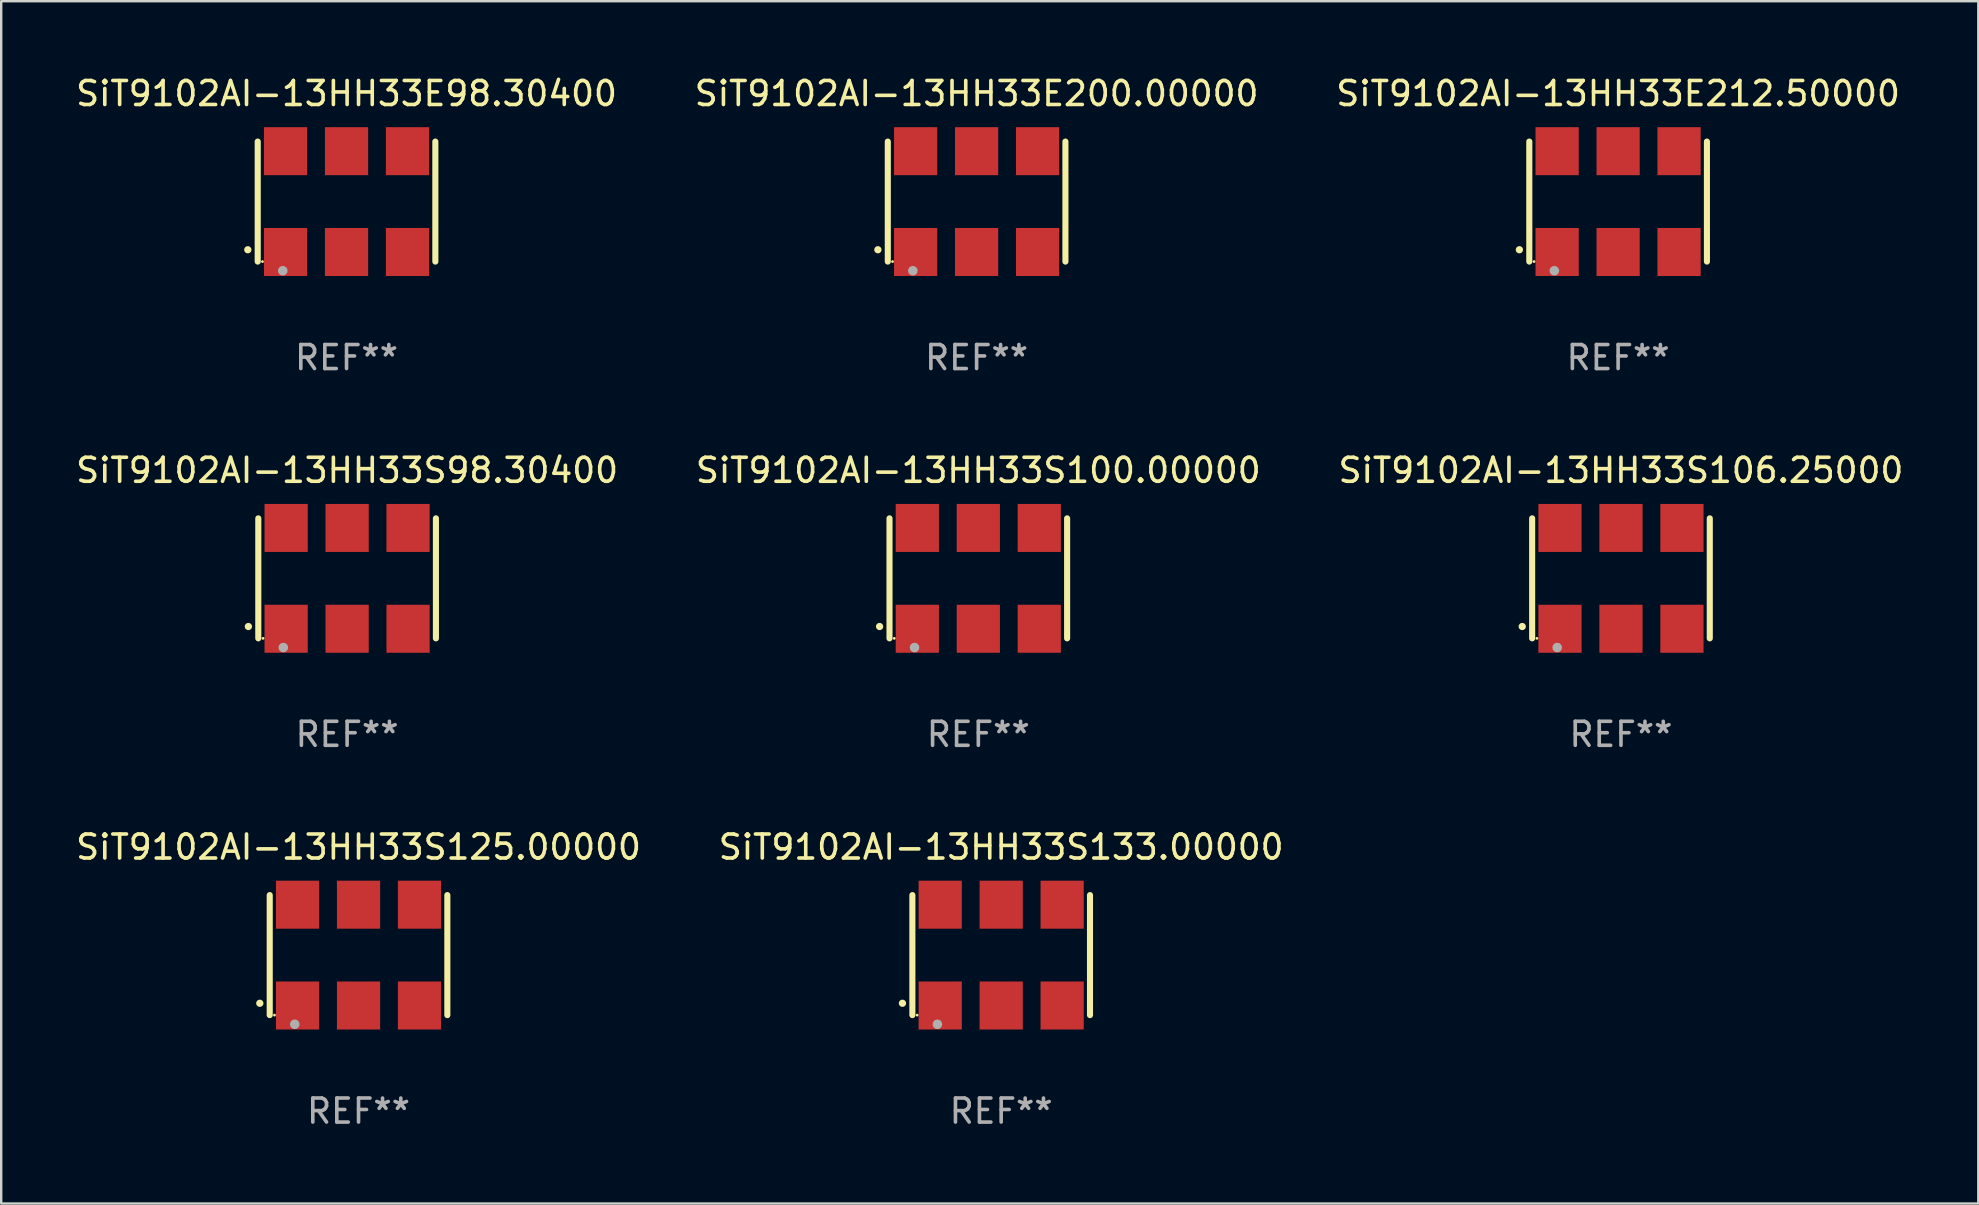
<source format=kicad_pcb>
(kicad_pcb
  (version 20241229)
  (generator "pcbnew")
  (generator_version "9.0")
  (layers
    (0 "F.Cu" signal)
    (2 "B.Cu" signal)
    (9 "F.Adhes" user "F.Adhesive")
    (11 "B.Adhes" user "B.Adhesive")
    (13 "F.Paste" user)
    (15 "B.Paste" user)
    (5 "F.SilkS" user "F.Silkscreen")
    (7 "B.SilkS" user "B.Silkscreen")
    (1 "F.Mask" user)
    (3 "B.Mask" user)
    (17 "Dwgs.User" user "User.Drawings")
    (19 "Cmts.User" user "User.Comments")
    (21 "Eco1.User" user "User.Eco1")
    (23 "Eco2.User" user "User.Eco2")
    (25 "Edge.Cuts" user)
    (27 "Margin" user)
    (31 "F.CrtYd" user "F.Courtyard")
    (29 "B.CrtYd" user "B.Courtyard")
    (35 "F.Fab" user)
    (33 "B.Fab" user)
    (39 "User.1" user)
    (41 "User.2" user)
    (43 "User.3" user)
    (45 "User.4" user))
  (footprint "SiT9102AI-13HH33S100.00000"
    (layer "F.Cu")
    (at 37.708 21.045)
    (property "Reference" "SiT9102AI-13HH33S100.00000" (at 0 -4.5 0) (layer "F.SilkS") (effects (font (size 1 1) (thickness 0.15))))
    (attr through_hole)
    (fp_line (start -3.7 -2.5) (end -3.7 2.5) (stroke (width 0.254) (type solid)) (layer "F.SilkS"))
    (fp_line (start 3.7 -2.5) (end 3.7 2.5) (stroke (width 0.254) (type solid)) (layer "F.SilkS"))
    (fp_arc (start -4.114415 2.006604) (mid -4.113145 2.006599) (end -4.111875 2.006604) (stroke (width 0.3) (type solid)) (layer "F.SilkS"))
    (fp_circle (center -3.502 2.5) (end -3.472 2.5) (stroke (width 0.06) (type solid)) (fill no) (layer "F.SilkS"))
    (fp_circle (center -2.657 2.882) (end -2.557 2.882) (stroke (width 0.2) (type solid)) (fill no) (layer "F.Fab"))
    (fp_text user "REF**" (at 0 6.5 0) (layer "F.Fab") (effects (font (size 1 1) (thickness 0.15))))
    (pad "1" smd rect (at -2.54 2.1) (size 1.8 2) (layers "F.Cu" "F.Mask" "F.Paste"))
    (pad "2" smd rect (at 0.000394 2.1) (size 1.8 2) (layers "F.Cu" "F.Mask" "F.Paste"))
    (pad "3" smd rect (at 2.54 2.1) (size 1.8 2) (layers "F.Cu" "F.Mask" "F.Paste"))
    (pad "4" smd rect (at 2.54 -2.1) (size 1.8 2) (layers "F.Cu" "F.Mask" "F.Paste"))
    (pad "5" smd rect (at 0.000394 -2.1) (size 1.8 2) (layers "F.Cu" "F.Mask" "F.Paste"))
    (pad "6" smd rect (at -2.54 -2.1) (size 1.8 2) (layers "F.Cu" "F.Mask" "F.Paste")))
  (footprint "SiT9102AI-13HH33S133.00000"
    (layer "F.Cu")
    (at 38.661 36.741)
    (property "Reference" "SiT9102AI-13HH33S133.00000" (at 0 -4.5 0) (layer "F.SilkS") (effects (font (size 1 1) (thickness 0.15))))
    (attr through_hole)
    (fp_line (start -3.7 -2.5) (end -3.7 2.5) (stroke (width 0.254) (type solid)) (layer "F.SilkS"))
    (fp_line (start 3.7 -2.5) (end 3.7 2.5) (stroke (width 0.254) (type solid)) (layer "F.SilkS"))
    (fp_arc (start -4.114415 2.006604) (mid -4.113145 2.006599) (end -4.111875 2.006604) (stroke (width 0.3) (type solid)) (layer "F.SilkS"))
    (fp_circle (center -3.502 2.5) (end -3.472 2.5) (stroke (width 0.06) (type solid)) (fill no) (layer "F.SilkS"))
    (fp_circle (center -2.657 2.882) (end -2.557 2.882) (stroke (width 0.2) (type solid)) (fill no) (layer "F.Fab"))
    (fp_text user "REF**" (at 0 6.5 0) (layer "F.Fab") (effects (font (size 1 1) (thickness 0.15))))
    (pad "1" smd rect (at -2.54 2.1) (size 1.8 2) (layers "F.Cu" "F.Mask" "F.Paste"))
    (pad "2" smd rect (at 0.000394 2.1) (size 1.8 2) (layers "F.Cu" "F.Mask" "F.Paste"))
    (pad "3" smd rect (at 2.54 2.1) (size 1.8 2) (layers "F.Cu" "F.Mask" "F.Paste"))
    (pad "4" smd rect (at 2.54 -2.1) (size 1.8 2) (layers "F.Cu" "F.Mask" "F.Paste"))
    (pad "5" smd rect (at 0.000394 -2.1) (size 1.8 2) (layers "F.Cu" "F.Mask" "F.Paste"))
    (pad "6" smd rect (at -2.54 -2.1) (size 1.8 2) (layers "F.Cu" "F.Mask" "F.Paste")))
  (footprint "SiT9102AI-13HH33S106.25000"
    (layer "F.Cu")
    (at 64.482 21.045)
    (property "Reference" "SiT9102AI-13HH33S106.25000" (at 0 -4.5 0) (layer "F.SilkS") (effects (font (size 1 1) (thickness 0.15))))
    (attr through_hole)
    (fp_line (start -3.7 -2.5) (end -3.7 2.5) (stroke (width 0.254) (type solid)) (layer "F.SilkS"))
    (fp_line (start 3.7 -2.5) (end 3.7 2.5) (stroke (width 0.254) (type solid)) (layer "F.SilkS"))
    (fp_arc (start -4.114415 2.006604) (mid -4.113145 2.006599) (end -4.111875 2.006604) (stroke (width 0.3) (type solid)) (layer "F.SilkS"))
    (fp_circle (center -3.502 2.5) (end -3.472 2.5) (stroke (width 0.06) (type solid)) (fill no) (layer "F.SilkS"))
    (fp_circle (center -2.657 2.882) (end -2.557 2.882) (stroke (width 0.2) (type solid)) (fill no) (layer "F.Fab"))
    (fp_text user "REF**" (at 0 6.5 0) (layer "F.Fab") (effects (font (size 1 1) (thickness 0.15))))
    (pad "1" smd rect (at -2.54 2.1) (size 1.8 2) (layers "F.Cu" "F.Mask" "F.Paste"))
    (pad "2" smd rect (at 0.000394 2.1) (size 1.8 2) (layers "F.Cu" "F.Mask" "F.Paste"))
    (pad "3" smd rect (at 2.54 2.1) (size 1.8 2) (layers "F.Cu" "F.Mask" "F.Paste"))
    (pad "4" smd rect (at 2.54 -2.1) (size 1.8 2) (layers "F.Cu" "F.Mask" "F.Paste"))
    (pad "5" smd rect (at 0.000394 -2.1) (size 1.8 2) (layers "F.Cu" "F.Mask" "F.Paste"))
    (pad "6" smd rect (at -2.54 -2.1) (size 1.8 2) (layers "F.Cu" "F.Mask" "F.Paste")))
  (footprint "SiT9102AI-13HH33E212.50000"
    (layer "F.Cu")
    (at 64.363 5.348)
    (property "Reference" "SiT9102AI-13HH33E212.50000" (at 0 -4.5 0) (layer "F.SilkS") (effects (font (size 1 1) (thickness 0.15))))
    (attr through_hole)
    (fp_line (start -3.7 -2.5) (end -3.7 2.5) (stroke (width 0.254) (type solid)) (layer "F.SilkS"))
    (fp_line (start 3.7 -2.5) (end 3.7 2.5) (stroke (width 0.254) (type solid)) (layer "F.SilkS"))
    (fp_arc (start -4.114415 2.006604) (mid -4.113145 2.006599) (end -4.111875 2.006604) (stroke (width 0.3) (type solid)) (layer "F.SilkS"))
    (fp_circle (center -3.502 2.5) (end -3.472 2.5) (stroke (width 0.06) (type solid)) (fill no) (layer "F.SilkS"))
    (fp_circle (center -2.657 2.882) (end -2.557 2.882) (stroke (width 0.2) (type solid)) (fill no) (layer "F.Fab"))
    (fp_text user "REF**" (at 0 6.5 0) (layer "F.Fab") (effects (font (size 1 1) (thickness 0.15))))
    (pad "1" smd rect (at -2.54 2.1) (size 1.8 2) (layers "F.Cu" "F.Mask" "F.Paste"))
    (pad "2" smd rect (at 0.000394 2.1) (size 1.8 2) (layers "F.Cu" "F.Mask" "F.Paste"))
    (pad "3" smd rect (at 2.54 2.1) (size 1.8 2) (layers "F.Cu" "F.Mask" "F.Paste"))
    (pad "4" smd rect (at 2.54 -2.1) (size 1.8 2) (layers "F.Cu" "F.Mask" "F.Paste"))
    (pad "5" smd rect (at 0.000394 -2.1) (size 1.8 2) (layers "F.Cu" "F.Mask" "F.Paste"))
    (pad "6" smd rect (at -2.54 -2.1) (size 1.8 2) (layers "F.Cu" "F.Mask" "F.Paste")))
  (footprint "SiT9102AI-13HH33S125.00000"
    (layer "F.Cu")
    (at 11.887 36.741)
    (property "Reference" "SiT9102AI-13HH33S125.00000" (at 0 -4.5 0) (layer "F.SilkS") (effects (font (size 1 1) (thickness 0.15))))
    (attr through_hole)
    (fp_line (start -3.7 -2.5) (end -3.7 2.5) (stroke (width 0.254) (type solid)) (layer "F.SilkS"))
    (fp_line (start 3.7 -2.5) (end 3.7 2.5) (stroke (width 0.254) (type solid)) (layer "F.SilkS"))
    (fp_arc (start -4.114415 2.006604) (mid -4.113145 2.006599) (end -4.111875 2.006604) (stroke (width 0.3) (type solid)) (layer "F.SilkS"))
    (fp_circle (center -3.502 2.5) (end -3.472 2.5) (stroke (width 0.06) (type solid)) (fill no) (layer "F.SilkS"))
    (fp_circle (center -2.657 2.882) (end -2.557 2.882) (stroke (width 0.2) (type solid)) (fill no) (layer "F.Fab"))
    (fp_text user "REF**" (at 0 6.5 0) (layer "F.Fab") (effects (font (size 1 1) (thickness 0.15))))
    (pad "1" smd rect (at -2.54 2.1) (size 1.8 2) (layers "F.Cu" "F.Mask" "F.Paste"))
    (pad "2" smd rect (at 0.000394 2.1) (size 1.8 2) (layers "F.Cu" "F.Mask" "F.Paste"))
    (pad "3" smd rect (at 2.54 2.1) (size 1.8 2) (layers "F.Cu" "F.Mask" "F.Paste"))
    (pad "4" smd rect (at 2.54 -2.1) (size 1.8 2) (layers "F.Cu" "F.Mask" "F.Paste"))
    (pad "5" smd rect (at 0.000394 -2.1) (size 1.8 2) (layers "F.Cu" "F.Mask" "F.Paste"))
    (pad "6" smd rect (at -2.54 -2.1) (size 1.8 2) (layers "F.Cu" "F.Mask" "F.Paste")))
  (footprint "SiT9102AI-13HH33S98.30400"
    (layer "F.Cu")
    (at 11.411 21.045)
    (property "Reference" "SiT9102AI-13HH33S98.30400" (at 0 -4.5 0) (layer "F.SilkS") (effects (font (size 1 1) (thickness 0.15))))
    (attr through_hole)
    (fp_line (start -3.7 -2.5) (end -3.7 2.5) (stroke (width 0.254) (type solid)) (layer "F.SilkS"))
    (fp_line (start 3.7 -2.5) (end 3.7 2.5) (stroke (width 0.254) (type solid)) (layer "F.SilkS"))
    (fp_arc (start -4.114415 2.006604) (mid -4.113145 2.006599) (end -4.111875 2.006604) (stroke (width 0.3) (type solid)) (layer "F.SilkS"))
    (fp_circle (center -3.502 2.5) (end -3.472 2.5) (stroke (width 0.06) (type solid)) (fill no) (layer "F.SilkS"))
    (fp_circle (center -2.657 2.882) (end -2.557 2.882) (stroke (width 0.2) (type solid)) (fill no) (layer "F.Fab"))
    (fp_text user "REF**" (at 0 6.5 0) (layer "F.Fab") (effects (font (size 1 1) (thickness 0.15))))
    (pad "1" smd rect (at -2.54 2.1) (size 1.8 2) (layers "F.Cu" "F.Mask" "F.Paste"))
    (pad "2" smd rect (at 0.000394 2.1) (size 1.8 2) (layers "F.Cu" "F.Mask" "F.Paste"))
    (pad "3" smd rect (at 2.54 2.1) (size 1.8 2) (layers "F.Cu" "F.Mask" "F.Paste"))
    (pad "4" smd rect (at 2.54 -2.1) (size 1.8 2) (layers "F.Cu" "F.Mask" "F.Paste"))
    (pad "5" smd rect (at 0.000394 -2.1) (size 1.8 2) (layers "F.Cu" "F.Mask" "F.Paste"))
    (pad "6" smd rect (at -2.54 -2.1) (size 1.8 2) (layers "F.Cu" "F.Mask" "F.Paste")))
  (footprint "SiT9102AI-13HH33E200.00000"
    (layer "F.Cu")
    (at 37.637 5.348)
    (property "Reference" "SiT9102AI-13HH33E200.00000" (at 0 -4.5 0) (layer "F.SilkS") (effects (font (size 1 1) (thickness 0.15))))
    (attr through_hole)
    (fp_line (start -3.7 -2.5) (end -3.7 2.5) (stroke (width 0.254) (type solid)) (layer "F.SilkS"))
    (fp_line (start 3.7 -2.5) (end 3.7 2.5) (stroke (width 0.254) (type solid)) (layer "F.SilkS"))
    (fp_arc (start -4.114415 2.006604) (mid -4.113145 2.006599) (end -4.111875 2.006604) (stroke (width 0.3) (type solid)) (layer "F.SilkS"))
    (fp_circle (center -3.502 2.5) (end -3.472 2.5) (stroke (width 0.06) (type solid)) (fill no) (layer "F.SilkS"))
    (fp_circle (center -2.657 2.882) (end -2.557 2.882) (stroke (width 0.2) (type solid)) (fill no) (layer "F.Fab"))
    (fp_text user "REF**" (at 0 6.5 0) (layer "F.Fab") (effects (font (size 1 1) (thickness 0.15))))
    (pad "1" smd rect (at -2.54 2.1) (size 1.8 2) (layers "F.Cu" "F.Mask" "F.Paste"))
    (pad "2" smd rect (at 0.000394 2.1) (size 1.8 2) (layers "F.Cu" "F.Mask" "F.Paste"))
    (pad "3" smd rect (at 2.54 2.1) (size 1.8 2) (layers "F.Cu" "F.Mask" "F.Paste"))
    (pad "4" smd rect (at 2.54 -2.1) (size 1.8 2) (layers "F.Cu" "F.Mask" "F.Paste"))
    (pad "5" smd rect (at 0.000394 -2.1) (size 1.8 2) (layers "F.Cu" "F.Mask" "F.Paste"))
    (pad "6" smd rect (at -2.54 -2.1) (size 1.8 2) (layers "F.Cu" "F.Mask" "F.Paste")))
  (footprint "SiT9102AI-13HH33E98.30400"
    (layer "F.Cu")
    (at 11.387 5.348)
    (property "Reference" "SiT9102AI-13HH33E98.30400" (at 0 -4.5 0) (layer "F.SilkS") (effects (font (size 1 1) (thickness 0.15))))
    (attr through_hole)
    (fp_line (start -3.7 -2.5) (end -3.7 2.5) (stroke (width 0.254) (type solid)) (layer "F.SilkS"))
    (fp_line (start 3.7 -2.5) (end 3.7 2.5) (stroke (width 0.254) (type solid)) (layer "F.SilkS"))
    (fp_arc (start -4.114415 2.006604) (mid -4.113145 2.006599) (end -4.111875 2.006604) (stroke (width 0.3) (type solid)) (layer "F.SilkS"))
    (fp_circle (center -3.502 2.5) (end -3.472 2.5) (stroke (width 0.06) (type solid)) (fill no) (layer "F.SilkS"))
    (fp_circle (center -2.657 2.882) (end -2.557 2.882) (stroke (width 0.2) (type solid)) (fill no) (layer "F.Fab"))
    (fp_text user "REF**" (at 0 6.5 0) (layer "F.Fab") (effects (font (size 1 1) (thickness 0.15))))
    (pad "1" smd rect (at -2.54 2.1) (size 1.8 2) (layers "F.Cu" "F.Mask" "F.Paste"))
    (pad "2" smd rect (at 0.000394 2.1) (size 1.8 2) (layers "F.Cu" "F.Mask" "F.Paste"))
    (pad "3" smd rect (at 2.54 2.1) (size 1.8 2) (layers "F.Cu" "F.Mask" "F.Paste"))
    (pad "4" smd rect (at 2.54 -2.1) (size 1.8 2) (layers "F.Cu" "F.Mask" "F.Paste"))
    (pad "5" smd rect (at 0.000394 -2.1) (size 1.8 2) (layers "F.Cu" "F.Mask" "F.Paste"))
    (pad "6" smd rect (at -2.54 -2.1) (size 1.8 2) (layers "F.Cu" "F.Mask" "F.Paste")))
  (gr_rect
    (start -3 -3)
    (end 79.369 47.09)
    (stroke (width 0.1) (type default))
    (fill no)
    (layer "Edge.Cuts")))
</source>
